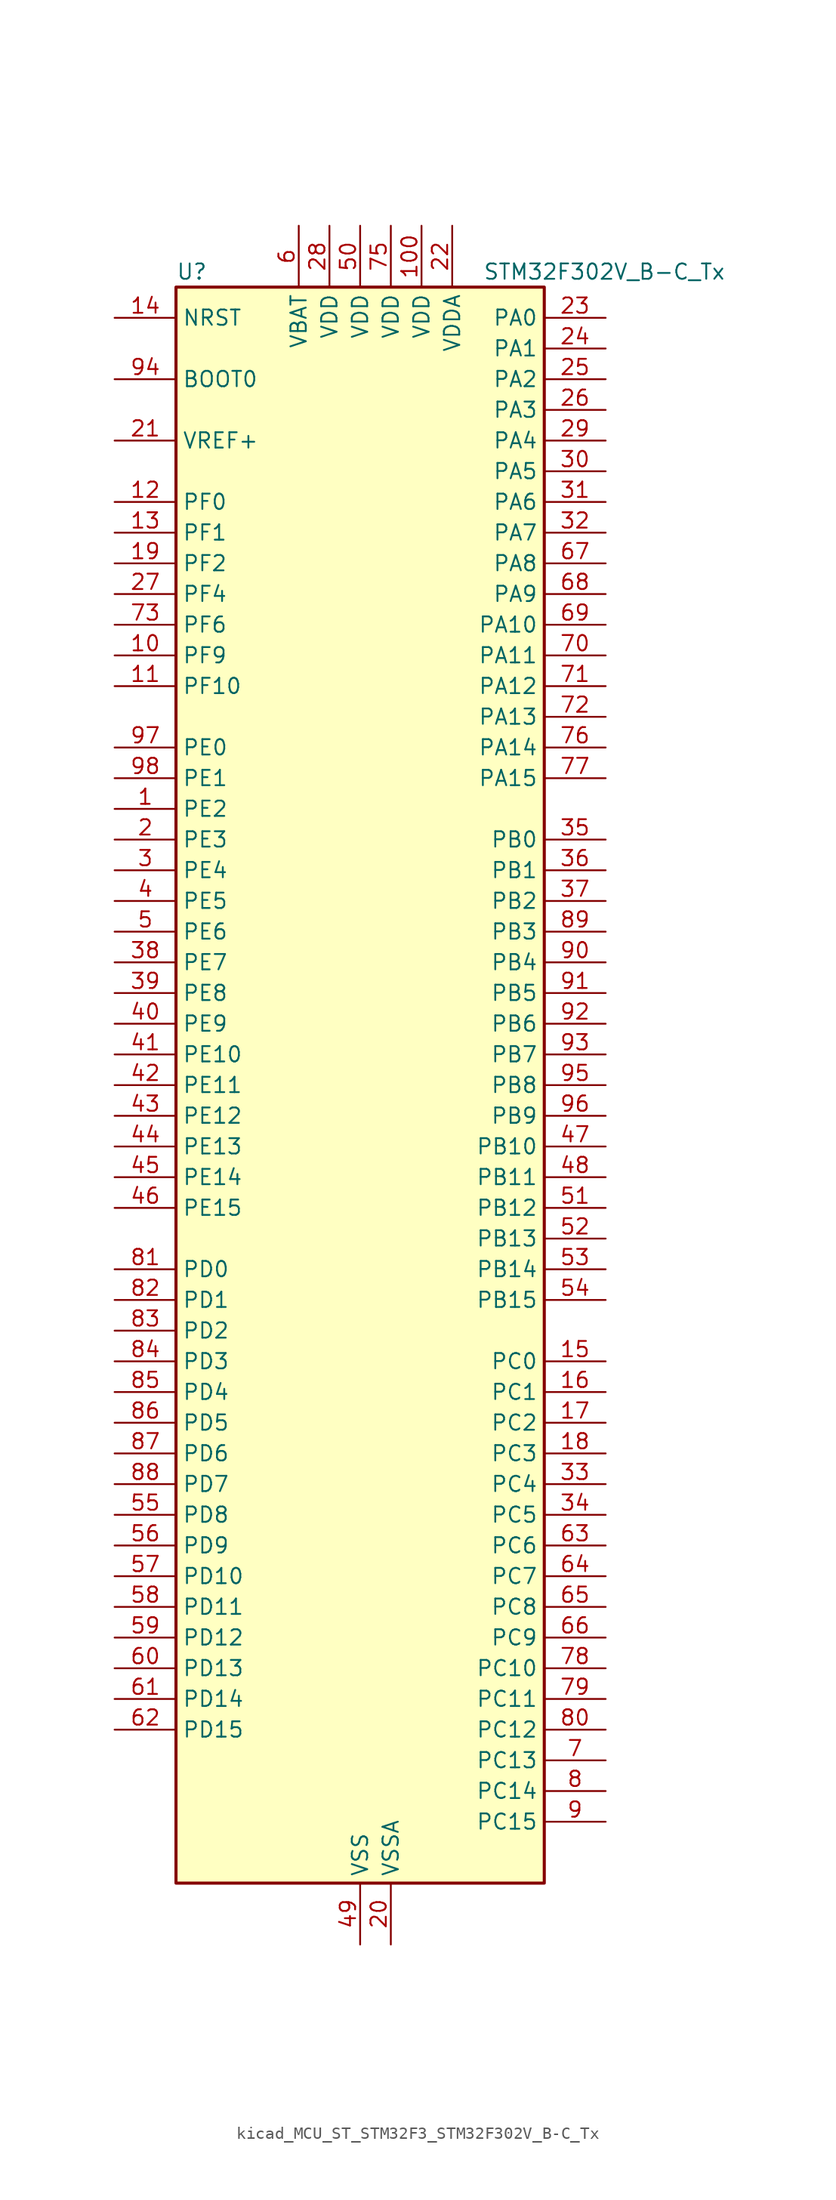
<source format=kicad_sym>
(kicad_symbol_lib
  (version 20220914)
  (generator kicad_symbol_editor)
  (symbol "kicad_MCU_ST_STM32F3_STM32F302V_B-C_Tx"
    (property "Reference" "U"
      (at -15.24 67.31 0)
      (effects (font (size 1.27 1.27)) (justify left)))
    (property "Value" "STM32F302V_B-C_Tx"
      (at 10.16 67.31 0)
      (effects (font (size 1.27 1.27)) (justify left)))
    (property "ki_locked" ""
      (at 0 0 0)
      (effects (font (size 1.27 1.27))))
    (symbol "kicad_MCU_ST_STM32F3_STM32F302V_B-C_Tx_0_1"
      (rectangle (start -15.24 -66.04) (end 15.24 66.04) (stroke (width 0.254) (type default)) (fill (type background))))
    (symbol "kicad_MCU_ST_STM32F3_STM32F302V_B-C_Tx_1_1"
      (pin bidirectional line (at -20.32 22.86 0) (length 5.08) (name "PE2" (effects (font (size 1.27 1.27)))) (number "1" (effects (font (size 1.27 1.27)))) (alternate "SYS_TRACECK" bidirectional line) (alternate "TIM3_CH1" bidirectional line) (alternate "TSC_G7_IO1" bidirectional line))
      (pin bidirectional line (at -20.32 35.56 0) (length 5.08) (name "PF9" (effects (font (size 1.27 1.27)))) (number "10" (effects (font (size 1.27 1.27)))) (alternate "DAC_EXTI9" bidirectional line) (alternate "SPI2_SCK" bidirectional line) (alternate "TIM15_CH1" bidirectional line))
      (pin power_in line (at 5.08 71.12 270) (length 5.08) (name "VDD" (effects (font (size 1.27 1.27)))) (number "100" (effects (font (size 1.27 1.27)))))
      (pin bidirectional line (at -20.32 33.02 0) (length 5.08) (name "PF10" (effects (font (size 1.27 1.27)))) (number "11" (effects (font (size 1.27 1.27)))) (alternate "SPI2_SCK" bidirectional line) (alternate "TIM15_CH2" bidirectional line))
      (pin bidirectional line (at -20.32 48.26 0) (length 5.08) (name "PF0" (effects (font (size 1.27 1.27)))) (number "12" (effects (font (size 1.27 1.27)))) (alternate "I2C2_SDA" bidirectional line) (alternate "RCC_OSC_IN" bidirectional line) (alternate "TIM1_CH3N" bidirectional line))
      (pin bidirectional line (at -20.32 45.72 0) (length 5.08) (name "PF1" (effects (font (size 1.27 1.27)))) (number "13" (effects (font (size 1.27 1.27)))) (alternate "I2C2_SCL" bidirectional line) (alternate "RCC_OSC_OUT" bidirectional line))
      (pin input line (at -20.32 63.5 0) (length 5.08) (name "NRST" (effects (font (size 1.27 1.27)))) (number "14" (effects (font (size 1.27 1.27)))))
      (pin bidirectional line (at 20.32 -22.86 180) (length 5.08) (name "PC0" (effects (font (size 1.27 1.27)))) (number "15" (effects (font (size 1.27 1.27)))) (alternate "ADC1_IN6" bidirectional line) (alternate "ADC2_IN6" bidirectional line))
      (pin bidirectional line (at 20.32 -25.4 180) (length 5.08) (name "PC1" (effects (font (size 1.27 1.27)))) (number "16" (effects (font (size 1.27 1.27)))) (alternate "ADC1_IN7" bidirectional line) (alternate "ADC2_IN7" bidirectional line))
      (pin bidirectional line (at 20.32 -27.94 180) (length 5.08) (name "PC2" (effects (font (size 1.27 1.27)))) (number "17" (effects (font (size 1.27 1.27)))) (alternate "ADC1_IN8" bidirectional line) (alternate "ADC2_IN8" bidirectional line))
      (pin bidirectional line (at 20.32 -30.48 180) (length 5.08) (name "PC3" (effects (font (size 1.27 1.27)))) (number "18" (effects (font (size 1.27 1.27)))) (alternate "ADC1_IN9" bidirectional line) (alternate "ADC2_IN9" bidirectional line) (alternate "TIM1_BKIN2" bidirectional line))
      (pin bidirectional line (at -20.32 43.18 0) (length 5.08) (name "PF2" (effects (font (size 1.27 1.27)))) (number "19" (effects (font (size 1.27 1.27)))) (alternate "ADC1_IN10" bidirectional line) (alternate "ADC2_IN10" bidirectional line))
      (pin bidirectional line (at -20.32 20.32 0) (length 5.08) (name "PE3" (effects (font (size 1.27 1.27)))) (number "2" (effects (font (size 1.27 1.27)))) (alternate "SYS_TRACED0" bidirectional line) (alternate "TIM3_CH2" bidirectional line) (alternate "TSC_G7_IO2" bidirectional line))
      (pin power_in line (at 2.54 -71.12 90) (length 5.08) (name "VSSA" (effects (font (size 1.27 1.27)))) (number "20" (effects (font (size 1.27 1.27)))))
      (pin input line (at -20.32 53.34 0) (length 5.08) (name "VREF+" (effects (font (size 1.27 1.27)))) (number "21" (effects (font (size 1.27 1.27)))))
      (pin power_in line (at 7.62 71.12 270) (length 5.08) (name "VDDA" (effects (font (size 1.27 1.27)))) (number "22" (effects (font (size 1.27 1.27)))))
      (pin bidirectional line (at 20.32 63.5 180) (length 5.08) (name "PA0" (effects (font (size 1.27 1.27)))) (number "23" (effects (font (size 1.27 1.27)))) (alternate "ADC1_IN1" bidirectional line) (alternate "COMP1_INM" bidirectional line) (alternate "COMP1_OUT" bidirectional line) (alternate "RTC_TAMP2" bidirectional line) (alternate "SYS_WKUP1" bidirectional line) (alternate "TIM2_CH1" bidirectional line) (alternate "TIM2_ETR" bidirectional line) (alternate "TSC_G1_IO1" bidirectional line) (alternate "USART2_CTS" bidirectional line))
      (pin bidirectional line (at 20.32 60.96 180) (length 5.08) (name "PA1" (effects (font (size 1.27 1.27)))) (number "24" (effects (font (size 1.27 1.27)))) (alternate "ADC1_IN2" bidirectional line) (alternate "COMP1_INP" bidirectional line) (alternate "OPAMP1_VINP" bidirectional line) (alternate "OPAMP1_VINP_SEC" bidirectional line) (alternate "RTC_REFIN" bidirectional line) (alternate "TIM15_CH1N" bidirectional line) (alternate "TIM2_CH2" bidirectional line) (alternate "TSC_G1_IO2" bidirectional line) (alternate "USART2_DE" bidirectional line) (alternate "USART2_RTS" bidirectional line))
      (pin bidirectional line (at 20.32 58.42 180) (length 5.08) (name "PA2" (effects (font (size 1.27 1.27)))) (number "25" (effects (font (size 1.27 1.27)))) (alternate "ADC1_IN3" bidirectional line) (alternate "COMP2_INM" bidirectional line) (alternate "COMP2_OUT" bidirectional line) (alternate "OPAMP1_VOUT" bidirectional line) (alternate "TIM15_CH1" bidirectional line) (alternate "TIM2_CH3" bidirectional line) (alternate "TSC_G1_IO3" bidirectional line) (alternate "USART2_TX" bidirectional line))
      (pin bidirectional line (at 20.32 55.88 180) (length 5.08) (name "PA3" (effects (font (size 1.27 1.27)))) (number "26" (effects (font (size 1.27 1.27)))) (alternate "ADC1_IN4" bidirectional line) (alternate "COMP2_INP" bidirectional line) (alternate "OPAMP1_VINM" bidirectional line) (alternate "OPAMP1_VINM_SEC" bidirectional line) (alternate "OPAMP1_VINP" bidirectional line) (alternate "OPAMP1_VINP_SEC" bidirectional line) (alternate "TIM15_CH2" bidirectional line) (alternate "TIM2_CH4" bidirectional line) (alternate "TSC_G1_IO4" bidirectional line) (alternate "USART2_RX" bidirectional line))
      (pin bidirectional line (at -20.32 40.64 0) (length 5.08) (name "PF4" (effects (font (size 1.27 1.27)))) (number "27" (effects (font (size 1.27 1.27)))) (alternate "ADC1_IN5" bidirectional line) (alternate "COMP1_OUT" bidirectional line))
      (pin power_in line (at -2.54 71.12 270) (length 5.08) (name "VDD" (effects (font (size 1.27 1.27)))) (number "28" (effects (font (size 1.27 1.27)))))
      (pin bidirectional line (at 20.32 53.34 180) (length 5.08) (name "PA4" (effects (font (size 1.27 1.27)))) (number "29" (effects (font (size 1.27 1.27)))) (alternate "ADC2_IN1" bidirectional line) (alternate "COMP1_INM" bidirectional line) (alternate "COMP2_INM" bidirectional line) (alternate "COMP4_INM" bidirectional line) (alternate "COMP6_INM" bidirectional line) (alternate "DAC_OUT1" bidirectional line) (alternate "I2S3_WS" bidirectional line) (alternate "SPI1_NSS" bidirectional line) (alternate "SPI3_NSS" bidirectional line) (alternate "TIM3_CH2" bidirectional line) (alternate "TSC_G2_IO1" bidirectional line) (alternate "USART2_CK" bidirectional line))
      (pin bidirectional line (at -20.32 17.78 0) (length 5.08) (name "PE4" (effects (font (size 1.27 1.27)))) (number "3" (effects (font (size 1.27 1.27)))) (alternate "SYS_TRACED1" bidirectional line) (alternate "TIM3_CH3" bidirectional line) (alternate "TSC_G7_IO3" bidirectional line))
      (pin bidirectional line (at 20.32 50.8 180) (length 5.08) (name "PA5" (effects (font (size 1.27 1.27)))) (number "30" (effects (font (size 1.27 1.27)))) (alternate "ADC2_IN2" bidirectional line) (alternate "COMP1_INM" bidirectional line) (alternate "COMP2_INM" bidirectional line) (alternate "COMP4_INM" bidirectional line) (alternate "COMP6_INM" bidirectional line) (alternate "OPAMP1_VINP" bidirectional line) (alternate "OPAMP1_VINP_SEC" bidirectional line) (alternate "OPAMP2_VINM" bidirectional line) (alternate "OPAMP2_VINM_SEC" bidirectional line) (alternate "SPI1_SCK" bidirectional line) (alternate "TIM2_CH1" bidirectional line) (alternate "TIM2_ETR" bidirectional line) (alternate "TSC_G2_IO2" bidirectional line))
      (pin bidirectional line (at 20.32 48.26 180) (length 5.08) (name "PA6" (effects (font (size 1.27 1.27)))) (number "31" (effects (font (size 1.27 1.27)))) (alternate "ADC2_IN3" bidirectional line) (alternate "COMP1_OUT" bidirectional line) (alternate "OPAMP2_VOUT" bidirectional line) (alternate "SPI1_MISO" bidirectional line) (alternate "TIM16_CH1" bidirectional line) (alternate "TIM1_BKIN" bidirectional line) (alternate "TIM3_CH1" bidirectional line) (alternate "TSC_G2_IO3" bidirectional line))
      (pin bidirectional line (at 20.32 45.72 180) (length 5.08) (name "PA7" (effects (font (size 1.27 1.27)))) (number "32" (effects (font (size 1.27 1.27)))) (alternate "ADC2_IN4" bidirectional line) (alternate "COMP2_INP" bidirectional line) (alternate "COMP2_OUT" bidirectional line) (alternate "OPAMP1_VINP" bidirectional line) (alternate "OPAMP1_VINP_SEC" bidirectional line) (alternate "OPAMP2_VINP" bidirectional line) (alternate "OPAMP2_VINP_SEC" bidirectional line) (alternate "SPI1_MOSI" bidirectional line) (alternate "TIM17_CH1" bidirectional line) (alternate "TIM1_CH1N" bidirectional line) (alternate "TIM3_CH2" bidirectional line) (alternate "TSC_G2_IO4" bidirectional line))
      (pin bidirectional line (at 20.32 -33.02 180) (length 5.08) (name "PC4" (effects (font (size 1.27 1.27)))) (number "33" (effects (font (size 1.27 1.27)))) (alternate "ADC2_IN5" bidirectional line) (alternate "USART1_TX" bidirectional line))
      (pin bidirectional line (at 20.32 -35.56 180) (length 5.08) (name "PC5" (effects (font (size 1.27 1.27)))) (number "34" (effects (font (size 1.27 1.27)))) (alternate "ADC2_IN11" bidirectional line) (alternate "OPAMP1_VINM" bidirectional line) (alternate "OPAMP1_VINM_SEC" bidirectional line) (alternate "OPAMP2_VINM" bidirectional line) (alternate "OPAMP2_VINM_SEC" bidirectional line) (alternate "TSC_G3_IO1" bidirectional line) (alternate "USART1_RX" bidirectional line))
      (pin bidirectional line (at 20.32 20.32 180) (length 5.08) (name "PB0" (effects (font (size 1.27 1.27)))) (number "35" (effects (font (size 1.27 1.27)))) (alternate "COMP4_INP" bidirectional line) (alternate "OPAMP2_VINP" bidirectional line) (alternate "OPAMP2_VINP_SEC" bidirectional line) (alternate "TIM1_CH2N" bidirectional line) (alternate "TIM3_CH3" bidirectional line) (alternate "TSC_G3_IO2" bidirectional line))
      (pin bidirectional line (at 20.32 17.78 180) (length 5.08) (name "PB1" (effects (font (size 1.27 1.27)))) (number "36" (effects (font (size 1.27 1.27)))) (alternate "COMP4_OUT" bidirectional line) (alternate "TIM1_CH3N" bidirectional line) (alternate "TIM3_CH4" bidirectional line) (alternate "TSC_G3_IO3" bidirectional line))
      (pin bidirectional line (at 20.32 15.24 180) (length 5.08) (name "PB2" (effects (font (size 1.27 1.27)))) (number "37" (effects (font (size 1.27 1.27)))) (alternate "ADC2_IN12" bidirectional line) (alternate "COMP4_INM" bidirectional line) (alternate "TSC_G3_IO4" bidirectional line))
      (pin bidirectional line (at -20.32 10.16 0) (length 5.08) (name "PE7" (effects (font (size 1.27 1.27)))) (number "38" (effects (font (size 1.27 1.27)))) (alternate "COMP4_INP" bidirectional line) (alternate "TIM1_ETR" bidirectional line))
      (pin bidirectional line (at -20.32 7.62 0) (length 5.08) (name "PE8" (effects (font (size 1.27 1.27)))) (number "39" (effects (font (size 1.27 1.27)))) (alternate "COMP4_INM" bidirectional line) (alternate "TIM1_CH1N" bidirectional line))
      (pin bidirectional line (at -20.32 15.24 0) (length 5.08) (name "PE5" (effects (font (size 1.27 1.27)))) (number "4" (effects (font (size 1.27 1.27)))) (alternate "SYS_TRACED2" bidirectional line) (alternate "TIM3_CH4" bidirectional line) (alternate "TSC_G7_IO4" bidirectional line))
      (pin bidirectional line (at -20.32 5.08 0) (length 5.08) (name "PE9" (effects (font (size 1.27 1.27)))) (number "40" (effects (font (size 1.27 1.27)))) (alternate "DAC_EXTI9" bidirectional line) (alternate "TIM1_CH1" bidirectional line))
      (pin bidirectional line (at -20.32 2.54 0) (length 5.08) (name "PE10" (effects (font (size 1.27 1.27)))) (number "41" (effects (font (size 1.27 1.27)))) (alternate "TIM1_CH2N" bidirectional line))
      (pin bidirectional line (at -20.32 0 0) (length 5.08) (name "PE11" (effects (font (size 1.27 1.27)))) (number "42" (effects (font (size 1.27 1.27)))) (alternate "ADC1_EXTI11" bidirectional line) (alternate "ADC2_EXTI11" bidirectional line) (alternate "TIM1_CH2" bidirectional line))
      (pin bidirectional line (at -20.32 -2.54 0) (length 5.08) (name "PE12" (effects (font (size 1.27 1.27)))) (number "43" (effects (font (size 1.27 1.27)))) (alternate "TIM1_CH3N" bidirectional line))
      (pin bidirectional line (at -20.32 -5.08 0) (length 5.08) (name "PE13" (effects (font (size 1.27 1.27)))) (number "44" (effects (font (size 1.27 1.27)))) (alternate "TIM1_CH3" bidirectional line))
      (pin bidirectional line (at -20.32 -7.62 0) (length 5.08) (name "PE14" (effects (font (size 1.27 1.27)))) (number "45" (effects (font (size 1.27 1.27)))) (alternate "TIM1_BKIN2" bidirectional line) (alternate "TIM1_CH4" bidirectional line))
      (pin bidirectional line (at -20.32 -10.16 0) (length 5.08) (name "PE15" (effects (font (size 1.27 1.27)))) (number "46" (effects (font (size 1.27 1.27)))) (alternate "ADC1_EXTI15" bidirectional line) (alternate "ADC2_EXTI15" bidirectional line) (alternate "TIM1_BKIN" bidirectional line) (alternate "USART3_RX" bidirectional line))
      (pin bidirectional line (at 20.32 -5.08 180) (length 5.08) (name "PB10" (effects (font (size 1.27 1.27)))) (number "47" (effects (font (size 1.27 1.27)))) (alternate "TIM2_CH3" bidirectional line) (alternate "TSC_SYNC" bidirectional line) (alternate "USART3_TX" bidirectional line))
      (pin bidirectional line (at 20.32 -7.62 180) (length 5.08) (name "PB11" (effects (font (size 1.27 1.27)))) (number "48" (effects (font (size 1.27 1.27)))) (alternate "ADC1_EXTI11" bidirectional line) (alternate "ADC2_EXTI11" bidirectional line) (alternate "COMP6_INP" bidirectional line) (alternate "TIM2_CH4" bidirectional line) (alternate "TSC_G6_IO1" bidirectional line) (alternate "USART3_RX" bidirectional line))
      (pin power_in line (at 0 -71.12 90) (length 5.08) (name "VSS" (effects (font (size 1.27 1.27)))) (number "49" (effects (font (size 1.27 1.27)))))
      (pin bidirectional line (at -20.32 12.7 0) (length 5.08) (name "PE6" (effects (font (size 1.27 1.27)))) (number "5" (effects (font (size 1.27 1.27)))) (alternate "RTC_TAMP3" bidirectional line) (alternate "SYS_TRACED3" bidirectional line) (alternate "SYS_WKUP3" bidirectional line))
      (pin power_in line (at 0 71.12 270) (length 5.08) (name "VDD" (effects (font (size 1.27 1.27)))) (number "50" (effects (font (size 1.27 1.27)))))
      (pin bidirectional line (at 20.32 -10.16 180) (length 5.08) (name "PB12" (effects (font (size 1.27 1.27)))) (number "51" (effects (font (size 1.27 1.27)))) (alternate "I2C2_SMBA" bidirectional line) (alternate "I2S2_WS" bidirectional line) (alternate "SPI2_NSS" bidirectional line) (alternate "TIM1_BKIN" bidirectional line) (alternate "TSC_G6_IO2" bidirectional line) (alternate "USART3_CK" bidirectional line))
      (pin bidirectional line (at 20.32 -12.7 180) (length 5.08) (name "PB13" (effects (font (size 1.27 1.27)))) (number "52" (effects (font (size 1.27 1.27)))) (alternate "I2S2_CK" bidirectional line) (alternate "SPI2_SCK" bidirectional line) (alternate "TIM1_CH1N" bidirectional line) (alternate "TSC_G6_IO3" bidirectional line) (alternate "USART3_CTS" bidirectional line))
      (pin bidirectional line (at 20.32 -15.24 180) (length 5.08) (name "PB14" (effects (font (size 1.27 1.27)))) (number "53" (effects (font (size 1.27 1.27)))) (alternate "I2S2_ext_SD" bidirectional line) (alternate "OPAMP2_VINP" bidirectional line) (alternate "OPAMP2_VINP_SEC" bidirectional line) (alternate "SPI2_MISO" bidirectional line) (alternate "TIM15_CH1" bidirectional line) (alternate "TIM1_CH2N" bidirectional line) (alternate "TSC_G6_IO4" bidirectional line) (alternate "USART3_DE" bidirectional line) (alternate "USART3_RTS" bidirectional line))
      (pin bidirectional line (at 20.32 -17.78 180) (length 5.08) (name "PB15" (effects (font (size 1.27 1.27)))) (number "54" (effects (font (size 1.27 1.27)))) (alternate "ADC1_EXTI15" bidirectional line) (alternate "ADC2_EXTI15" bidirectional line) (alternate "COMP6_INM" bidirectional line) (alternate "I2S2_SD" bidirectional line) (alternate "RTC_REFIN" bidirectional line) (alternate "SPI2_MOSI" bidirectional line) (alternate "TIM15_CH1N" bidirectional line) (alternate "TIM15_CH2" bidirectional line) (alternate "TIM1_CH3N" bidirectional line))
      (pin bidirectional line (at -20.32 -35.56 0) (length 5.08) (name "PD8" (effects (font (size 1.27 1.27)))) (number "55" (effects (font (size 1.27 1.27)))) (alternate "USART3_TX" bidirectional line))
      (pin bidirectional line (at -20.32 -38.1 0) (length 5.08) (name "PD9" (effects (font (size 1.27 1.27)))) (number "56" (effects (font (size 1.27 1.27)))) (alternate "DAC_EXTI9" bidirectional line) (alternate "USART3_RX" bidirectional line))
      (pin bidirectional line (at -20.32 -40.64 0) (length 5.08) (name "PD10" (effects (font (size 1.27 1.27)))) (number "57" (effects (font (size 1.27 1.27)))) (alternate "COMP6_INM" bidirectional line) (alternate "USART3_CK" bidirectional line))
      (pin bidirectional line (at -20.32 -43.18 0) (length 5.08) (name "PD11" (effects (font (size 1.27 1.27)))) (number "58" (effects (font (size 1.27 1.27)))) (alternate "ADC1_EXTI11" bidirectional line) (alternate "ADC2_EXTI11" bidirectional line) (alternate "COMP6_INP" bidirectional line) (alternate "USART3_CTS" bidirectional line))
      (pin bidirectional line (at -20.32 -45.72 0) (length 5.08) (name "PD12" (effects (font (size 1.27 1.27)))) (number "59" (effects (font (size 1.27 1.27)))) (alternate "TIM4_CH1" bidirectional line) (alternate "TSC_G8_IO1" bidirectional line) (alternate "USART3_DE" bidirectional line) (alternate "USART3_RTS" bidirectional line))
      (pin power_in line (at -5.08 71.12 270) (length 5.08) (name "VBAT" (effects (font (size 1.27 1.27)))) (number "6" (effects (font (size 1.27 1.27)))))
      (pin bidirectional line (at -20.32 -48.26 0) (length 5.08) (name "PD13" (effects (font (size 1.27 1.27)))) (number "60" (effects (font (size 1.27 1.27)))) (alternate "TIM4_CH2" bidirectional line) (alternate "TSC_G8_IO2" bidirectional line))
      (pin bidirectional line (at -20.32 -50.8 0) (length 5.08) (name "PD14" (effects (font (size 1.27 1.27)))) (number "61" (effects (font (size 1.27 1.27)))) (alternate "OPAMP2_VINP" bidirectional line) (alternate "OPAMP2_VINP_SEC" bidirectional line) (alternate "TIM4_CH3" bidirectional line) (alternate "TSC_G8_IO3" bidirectional line))
      (pin bidirectional line (at -20.32 -53.34 0) (length 5.08) (name "PD15" (effects (font (size 1.27 1.27)))) (number "62" (effects (font (size 1.27 1.27)))) (alternate "ADC1_EXTI15" bidirectional line) (alternate "ADC2_EXTI15" bidirectional line) (alternate "SPI2_NSS" bidirectional line) (alternate "TIM4_CH4" bidirectional line) (alternate "TSC_G8_IO4" bidirectional line))
      (pin bidirectional line (at 20.32 -38.1 180) (length 5.08) (name "PC6" (effects (font (size 1.27 1.27)))) (number "63" (effects (font (size 1.27 1.27)))) (alternate "COMP6_OUT" bidirectional line) (alternate "I2S2_MCK" bidirectional line) (alternate "TIM3_CH1" bidirectional line))
      (pin bidirectional line (at 20.32 -40.64 180) (length 5.08) (name "PC7" (effects (font (size 1.27 1.27)))) (number "64" (effects (font (size 1.27 1.27)))) (alternate "I2S3_MCK" bidirectional line) (alternate "TIM3_CH2" bidirectional line))
      (pin bidirectional line (at 20.32 -43.18 180) (length 5.08) (name "PC8" (effects (font (size 1.27 1.27)))) (number "65" (effects (font (size 1.27 1.27)))) (alternate "TIM3_CH3" bidirectional line))
      (pin bidirectional line (at 20.32 -45.72 180) (length 5.08) (name "PC9" (effects (font (size 1.27 1.27)))) (number "66" (effects (font (size 1.27 1.27)))) (alternate "DAC_EXTI9" bidirectional line) (alternate "I2S_CKIN" bidirectional line) (alternate "TIM3_CH4" bidirectional line))
      (pin bidirectional line (at 20.32 43.18 180) (length 5.08) (name "PA8" (effects (font (size 1.27 1.27)))) (number "67" (effects (font (size 1.27 1.27)))) (alternate "I2C2_SMBA" bidirectional line) (alternate "I2S2_MCK" bidirectional line) (alternate "RCC_MCO" bidirectional line) (alternate "TIM1_CH1" bidirectional line) (alternate "TIM4_ETR" bidirectional line) (alternate "USART1_CK" bidirectional line))
      (pin bidirectional line (at 20.32 40.64 180) (length 5.08) (name "PA9" (effects (font (size 1.27 1.27)))) (number "68" (effects (font (size 1.27 1.27)))) (alternate "DAC_EXTI9" bidirectional line) (alternate "I2C2_SCL" bidirectional line) (alternate "I2S3_MCK" bidirectional line) (alternate "TIM15_BKIN" bidirectional line) (alternate "TIM1_CH2" bidirectional line) (alternate "TIM2_CH3" bidirectional line) (alternate "TSC_G4_IO1" bidirectional line) (alternate "USART1_TX" bidirectional line))
      (pin bidirectional line (at 20.32 38.1 180) (length 5.08) (name "PA10" (effects (font (size 1.27 1.27)))) (number "69" (effects (font (size 1.27 1.27)))) (alternate "COMP6_OUT" bidirectional line) (alternate "I2C2_SDA" bidirectional line) (alternate "TIM17_BKIN" bidirectional line) (alternate "TIM1_CH3" bidirectional line) (alternate "TIM2_CH4" bidirectional line) (alternate "TSC_G4_IO2" bidirectional line) (alternate "USART1_RX" bidirectional line))
      (pin bidirectional line (at 20.32 -55.88 180) (length 5.08) (name "PC13" (effects (font (size 1.27 1.27)))) (number "7" (effects (font (size 1.27 1.27)))) (alternate "RTC_OUT_ALARM" bidirectional line) (alternate "RTC_OUT_CALIB" bidirectional line) (alternate "RTC_TAMP1" bidirectional line) (alternate "RTC_TS" bidirectional line) (alternate "SYS_WKUP2" bidirectional line) (alternate "TIM1_CH1N" bidirectional line))
      (pin bidirectional line (at 20.32 35.56 180) (length 5.08) (name "PA11" (effects (font (size 1.27 1.27)))) (number "70" (effects (font (size 1.27 1.27)))) (alternate "ADC1_EXTI11" bidirectional line) (alternate "ADC2_EXTI11" bidirectional line) (alternate "CAN_RX" bidirectional line) (alternate "COMP1_OUT" bidirectional line) (alternate "TIM1_BKIN2" bidirectional line) (alternate "TIM1_CH1N" bidirectional line) (alternate "TIM1_CH4" bidirectional line) (alternate "TIM4_CH1" bidirectional line) (alternate "USART1_CTS" bidirectional line) (alternate "USB_DM" bidirectional line))
      (pin bidirectional line (at 20.32 33.02 180) (length 5.08) (name "PA12" (effects (font (size 1.27 1.27)))) (number "71" (effects (font (size 1.27 1.27)))) (alternate "CAN_TX" bidirectional line) (alternate "COMP2_OUT" bidirectional line) (alternate "TIM16_CH1" bidirectional line) (alternate "TIM1_CH2N" bidirectional line) (alternate "TIM1_ETR" bidirectional line) (alternate "TIM4_CH2" bidirectional line) (alternate "USART1_DE" bidirectional line) (alternate "USART1_RTS" bidirectional line) (alternate "USB_DP" bidirectional line))
      (pin bidirectional line (at 20.32 30.48 180) (length 5.08) (name "PA13" (effects (font (size 1.27 1.27)))) (number "72" (effects (font (size 1.27 1.27)))) (alternate "IR_OUT" bidirectional line) (alternate "SYS_JTMS-SWDIO" bidirectional line) (alternate "TIM16_CH1N" bidirectional line) (alternate "TIM4_CH3" bidirectional line) (alternate "TSC_G4_IO3" bidirectional line) (alternate "USART3_CTS" bidirectional line))
      (pin bidirectional line (at -20.32 38.1 0) (length 5.08) (name "PF6" (effects (font (size 1.27 1.27)))) (number "73" (effects (font (size 1.27 1.27)))) (alternate "I2C2_SCL" bidirectional line) (alternate "TIM4_CH4" bidirectional line) (alternate "USART3_DE" bidirectional line) (alternate "USART3_RTS" bidirectional line))
      (pin passive line (at 0 -71.12 90) (length 5.08) hide (name "VSS" (effects (font (size 1.27 1.27)))) (number "74" (effects (font (size 1.27 1.27)))))
      (pin power_in line (at 2.54 71.12 270) (length 5.08) (name "VDD" (effects (font (size 1.27 1.27)))) (number "75" (effects (font (size 1.27 1.27)))))
      (pin bidirectional line (at 20.32 27.94 180) (length 5.08) (name "PA14" (effects (font (size 1.27 1.27)))) (number "76" (effects (font (size 1.27 1.27)))) (alternate "I2C1_SDA" bidirectional line) (alternate "SYS_JTCK-SWCLK" bidirectional line) (alternate "TIM1_BKIN" bidirectional line) (alternate "TSC_G4_IO4" bidirectional line) (alternate "USART2_TX" bidirectional line))
      (pin bidirectional line (at 20.32 25.4 180) (length 5.08) (name "PA15" (effects (font (size 1.27 1.27)))) (number "77" (effects (font (size 1.27 1.27)))) (alternate "ADC1_EXTI15" bidirectional line) (alternate "ADC2_EXTI15" bidirectional line) (alternate "I2C1_SCL" bidirectional line) (alternate "I2S3_WS" bidirectional line) (alternate "SPI1_NSS" bidirectional line) (alternate "SPI3_NSS" bidirectional line) (alternate "SYS_JTDI" bidirectional line) (alternate "TIM1_BKIN" bidirectional line) (alternate "TIM2_CH1" bidirectional line) (alternate "TIM2_ETR" bidirectional line) (alternate "USART2_RX" bidirectional line))
      (pin bidirectional line (at 20.32 -48.26 180) (length 5.08) (name "PC10" (effects (font (size 1.27 1.27)))) (number "78" (effects (font (size 1.27 1.27)))) (alternate "I2S3_CK" bidirectional line) (alternate "SPI3_SCK" bidirectional line) (alternate "UART4_TX" bidirectional line) (alternate "USART3_TX" bidirectional line))
      (pin bidirectional line (at 20.32 -50.8 180) (length 5.08) (name "PC11" (effects (font (size 1.27 1.27)))) (number "79" (effects (font (size 1.27 1.27)))) (alternate "ADC1_EXTI11" bidirectional line) (alternate "ADC2_EXTI11" bidirectional line) (alternate "I2S3_ext_SD" bidirectional line) (alternate "SPI3_MISO" bidirectional line) (alternate "UART4_RX" bidirectional line) (alternate "USART3_RX" bidirectional line))
      (pin bidirectional line (at 20.32 -58.42 180) (length 5.08) (name "PC14" (effects (font (size 1.27 1.27)))) (number "8" (effects (font (size 1.27 1.27)))) (alternate "RCC_OSC32_IN" bidirectional line))
      (pin bidirectional line (at 20.32 -53.34 180) (length 5.08) (name "PC12" (effects (font (size 1.27 1.27)))) (number "80" (effects (font (size 1.27 1.27)))) (alternate "I2S3_SD" bidirectional line) (alternate "SPI3_MOSI" bidirectional line) (alternate "UART5_TX" bidirectional line) (alternate "USART3_CK" bidirectional line))
      (pin bidirectional line (at -20.32 -15.24 0) (length 5.08) (name "PD0" (effects (font (size 1.27 1.27)))) (number "81" (effects (font (size 1.27 1.27)))) (alternate "CAN_RX" bidirectional line))
      (pin bidirectional line (at -20.32 -17.78 0) (length 5.08) (name "PD1" (effects (font (size 1.27 1.27)))) (number "82" (effects (font (size 1.27 1.27)))) (alternate "CAN_TX" bidirectional line))
      (pin bidirectional line (at -20.32 -20.32 0) (length 5.08) (name "PD2" (effects (font (size 1.27 1.27)))) (number "83" (effects (font (size 1.27 1.27)))) (alternate "TIM3_ETR" bidirectional line) (alternate "UART5_RX" bidirectional line))
      (pin bidirectional line (at -20.32 -22.86 0) (length 5.08) (name "PD3" (effects (font (size 1.27 1.27)))) (number "84" (effects (font (size 1.27 1.27)))) (alternate "TIM2_CH1" bidirectional line) (alternate "TIM2_ETR" bidirectional line) (alternate "USART2_CTS" bidirectional line))
      (pin bidirectional line (at -20.32 -25.4 0) (length 5.08) (name "PD4" (effects (font (size 1.27 1.27)))) (number "85" (effects (font (size 1.27 1.27)))) (alternate "TIM2_CH2" bidirectional line) (alternate "USART2_DE" bidirectional line) (alternate "USART2_RTS" bidirectional line))
      (pin bidirectional line (at -20.32 -27.94 0) (length 5.08) (name "PD5" (effects (font (size 1.27 1.27)))) (number "86" (effects (font (size 1.27 1.27)))) (alternate "USART2_TX" bidirectional line))
      (pin bidirectional line (at -20.32 -30.48 0) (length 5.08) (name "PD6" (effects (font (size 1.27 1.27)))) (number "87" (effects (font (size 1.27 1.27)))) (alternate "TIM2_CH4" bidirectional line) (alternate "USART2_RX" bidirectional line))
      (pin bidirectional line (at -20.32 -33.02 0) (length 5.08) (name "PD7" (effects (font (size 1.27 1.27)))) (number "88" (effects (font (size 1.27 1.27)))) (alternate "TIM2_CH3" bidirectional line) (alternate "USART2_CK" bidirectional line))
      (pin bidirectional line (at 20.32 12.7 180) (length 5.08) (name "PB3" (effects (font (size 1.27 1.27)))) (number "89" (effects (font (size 1.27 1.27)))) (alternate "I2S3_CK" bidirectional line) (alternate "SPI1_SCK" bidirectional line) (alternate "SPI3_SCK" bidirectional line) (alternate "SYS_JTDO-TRACESWO" bidirectional line) (alternate "TIM2_CH2" bidirectional line) (alternate "TIM3_ETR" bidirectional line) (alternate "TIM4_ETR" bidirectional line) (alternate "TSC_G5_IO1" bidirectional line) (alternate "USART2_TX" bidirectional line))
      (pin bidirectional line (at 20.32 -60.96 180) (length 5.08) (name "PC15" (effects (font (size 1.27 1.27)))) (number "9" (effects (font (size 1.27 1.27)))) (alternate "ADC1_EXTI15" bidirectional line) (alternate "ADC2_EXTI15" bidirectional line) (alternate "RCC_OSC32_OUT" bidirectional line))
      (pin bidirectional line (at 20.32 10.16 180) (length 5.08) (name "PB4" (effects (font (size 1.27 1.27)))) (number "90" (effects (font (size 1.27 1.27)))) (alternate "I2S3_ext_SD" bidirectional line) (alternate "SPI1_MISO" bidirectional line) (alternate "SPI3_MISO" bidirectional line) (alternate "SYS_NJTRST" bidirectional line) (alternate "TIM16_CH1" bidirectional line) (alternate "TIM17_BKIN" bidirectional line) (alternate "TIM3_CH1" bidirectional line) (alternate "TSC_G5_IO2" bidirectional line) (alternate "USART2_RX" bidirectional line))
      (pin bidirectional line (at 20.32 7.62 180) (length 5.08) (name "PB5" (effects (font (size 1.27 1.27)))) (number "91" (effects (font (size 1.27 1.27)))) (alternate "I2C1_SMBA" bidirectional line) (alternate "I2S3_SD" bidirectional line) (alternate "SPI1_MOSI" bidirectional line) (alternate "SPI3_MOSI" bidirectional line) (alternate "TIM16_BKIN" bidirectional line) (alternate "TIM17_CH1" bidirectional line) (alternate "TIM3_CH2" bidirectional line) (alternate "USART2_CK" bidirectional line))
      (pin bidirectional line (at 20.32 5.08 180) (length 5.08) (name "PB6" (effects (font (size 1.27 1.27)))) (number "92" (effects (font (size 1.27 1.27)))) (alternate "I2C1_SCL" bidirectional line) (alternate "TIM16_CH1N" bidirectional line) (alternate "TIM4_CH1" bidirectional line) (alternate "TSC_G5_IO3" bidirectional line) (alternate "USART1_TX" bidirectional line))
      (pin bidirectional line (at 20.32 2.54 180) (length 5.08) (name "PB7" (effects (font (size 1.27 1.27)))) (number "93" (effects (font (size 1.27 1.27)))) (alternate "I2C1_SDA" bidirectional line) (alternate "TIM17_CH1N" bidirectional line) (alternate "TIM3_CH4" bidirectional line) (alternate "TIM4_CH2" bidirectional line) (alternate "TSC_G5_IO4" bidirectional line) (alternate "USART1_RX" bidirectional line))
      (pin input line (at -20.32 58.42 0) (length 5.08) (name "BOOT0" (effects (font (size 1.27 1.27)))) (number "94" (effects (font (size 1.27 1.27)))))
      (pin bidirectional line (at 20.32 0 180) (length 5.08) (name "PB8" (effects (font (size 1.27 1.27)))) (number "95" (effects (font (size 1.27 1.27)))) (alternate "CAN_RX" bidirectional line) (alternate "COMP1_OUT" bidirectional line) (alternate "I2C1_SCL" bidirectional line) (alternate "TIM16_CH1" bidirectional line) (alternate "TIM1_BKIN" bidirectional line) (alternate "TIM4_CH3" bidirectional line) (alternate "TSC_SYNC" bidirectional line))
      (pin bidirectional line (at 20.32 -2.54 180) (length 5.08) (name "PB9" (effects (font (size 1.27 1.27)))) (number "96" (effects (font (size 1.27 1.27)))) (alternate "CAN_TX" bidirectional line) (alternate "COMP2_OUT" bidirectional line) (alternate "DAC_EXTI9" bidirectional line) (alternate "I2C1_SDA" bidirectional line) (alternate "IR_OUT" bidirectional line) (alternate "TIM17_CH1" bidirectional line) (alternate "TIM4_CH4" bidirectional line))
      (pin bidirectional line (at -20.32 27.94 0) (length 5.08) (name "PE0" (effects (font (size 1.27 1.27)))) (number "97" (effects (font (size 1.27 1.27)))) (alternate "TIM16_CH1" bidirectional line) (alternate "TIM4_ETR" bidirectional line) (alternate "USART1_TX" bidirectional line))
      (pin bidirectional line (at -20.32 25.4 0) (length 5.08) (name "PE1" (effects (font (size 1.27 1.27)))) (number "98" (effects (font (size 1.27 1.27)))) (alternate "TIM17_CH1" bidirectional line) (alternate "USART1_RX" bidirectional line))
      (pin passive line (at 0 -71.12 90) (length 5.08) hide (name "VSS" (effects (font (size 1.27 1.27)))) (number "99" (effects (font (size 1.27 1.27))))))))
</source>
